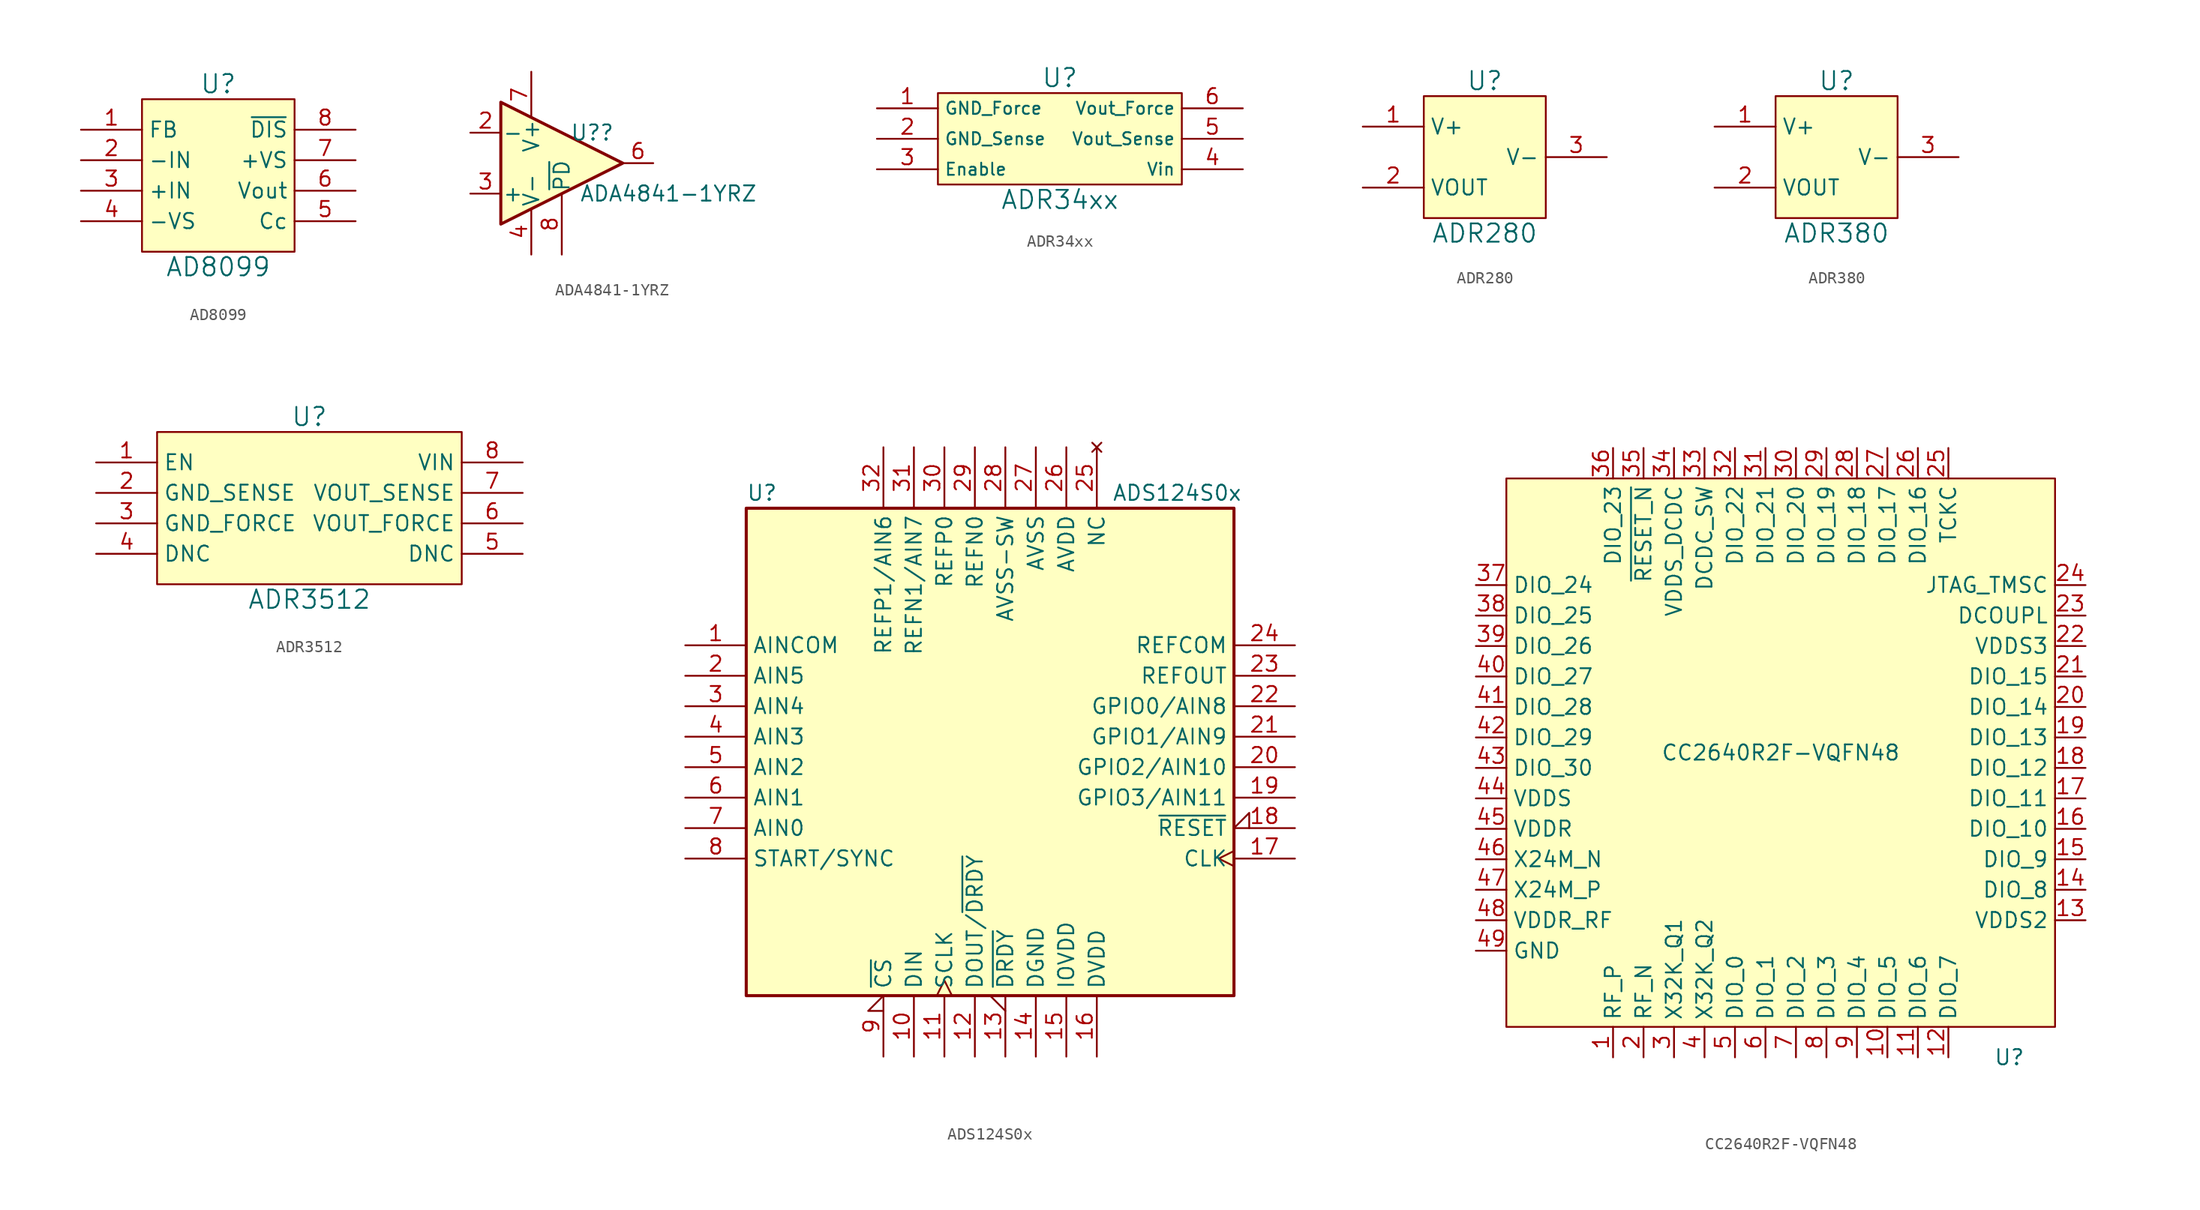
<source format=kicad_sym>
(kicad_symbol_lib
  (version 20231120)
  (generator "kicad_symbol_editor")
  (generator_version "8.0")
  (symbol "AD8099"
    (property "Reference" "U"
      (at 0 7.62 0)
      (effects (font (size 1.524 1.524))))
    (property "Value" "AD8099"
      (at 0 -7.62 0)
      (effects (font (size 1.524 1.524))))
    (property "Footprint" ""
      (at 0 1.27 0)
      (effects (font (size 1.524 1.524))))
    (property "Datasheet" ""
      (at 0 1.27 0)
      (effects (font (size 1.524 1.524))))
    (symbol "AD8099_0_1"
      (rectangle (start -6.35 6.35) (end 6.35 -6.35) (stroke (width 0) (type default)) (fill (type background))))
    (symbol "AD8099_1_1"
      (pin input line (at -11.43 3.81 0) (length 5.08) (name "FB" (effects (font (size 1.27 1.27)))) (number "1" (effects (font (size 1.27 1.27)))))
      (pin input line (at -11.43 1.27 0) (length 5.08) (name "-IN" (effects (font (size 1.27 1.27)))) (number "2" (effects (font (size 1.27 1.27)))))
      (pin input line (at -11.43 -1.27 0) (length 5.08) (name "+IN" (effects (font (size 1.27 1.27)))) (number "3" (effects (font (size 1.27 1.27)))))
      (pin power_in line (at -11.43 -3.81 0) (length 5.08) (name "-VS" (effects (font (size 1.27 1.27)))) (number "4" (effects (font (size 1.27 1.27)))))
      (pin input line (at 11.43 -3.81 180) (length 5.08) (name "Cc" (effects (font (size 1.27 1.27)))) (number "5" (effects (font (size 1.27 1.27)))))
      (pin output line (at 11.43 -1.27 180) (length 5.08) (name "Vout" (effects (font (size 1.27 1.27)))) (number "6" (effects (font (size 1.27 1.27)))))
      (pin power_in line (at 11.43 1.27 180) (length 5.08) (name "+VS" (effects (font (size 1.27 1.27)))) (number "7" (effects (font (size 1.27 1.27)))))
      (pin input line (at 11.43 3.81 180) (length 5.08) (name "~{DIS}" (effects (font (size 1.27 1.27)))) (number "8" (effects (font (size 1.27 1.27)))))))
  (symbol "ADA4841-1YRZ"
    (pin_names
      (offset 0.127))
    (property "Reference" "U?"
      (at 2.54 2.54 0)
      (effects (font (size 1.27 1.27))))
    (property "Value" "ADA4841-1YRZ"
      (at 8.89 -2.54 0)
      (effects (font (size 1.27 1.27))))
    (symbol "ADA4841-1YRZ_1_1"
      (polyline (pts (xy -5.08 5.08) (xy 5.08 0) (xy -5.08 -5.08) (xy -5.08 5.08)) (stroke (width 0.254) (type default)) (fill (type background)))
      (pin no_connect line (at 10.16 -5.08 0) (length 2.54) hide (name "1" (effects (font (size 1.27 1.27)))) (number "1" (effects (font (size 1.27 1.27)))))
      (pin input line (at -7.62 2.54 0) (length 2.54) (name "-" (effects (font (size 1.27 1.27)))) (number "2" (effects (font (size 1.27 1.27)))))
      (pin input line (at -7.62 -2.54 0) (length 2.54) (name "+" (effects (font (size 1.27 1.27)))) (number "3" (effects (font (size 1.27 1.27)))))
      (pin power_in line (at -2.54 -7.62 90) (length 3.81) (name "V-" (effects (font (size 1.27 1.27)))) (number "4" (effects (font (size 1.27 1.27)))))
      (pin no_connect line (at 10.16 -7.62 0) (length 2.54) hide (name "5" (effects (font (size 1.27 1.27)))) (number "5" (effects (font (size 1.27 1.27)))))
      (pin output line (at 7.62 0 180) (length 2.54) (name "~" (effects (font (size 1.27 1.27)))) (number "6" (effects (font (size 1.27 1.27)))))
      (pin power_in line (at -2.54 7.62 270) (length 3.81) (name "V+" (effects (font (size 1.27 1.27)))) (number "7" (effects (font (size 1.27 1.27)))))
      (pin input line (at 0 -7.62 90) (length 5.08) (name "~{PD}" (effects (font (size 1.27 1.27)))) (number "8" (effects (font (size 1.27 1.27)))))))
  (symbol "ADR34xx"
    (property "Reference" "U"
      (at 0 5.08 0)
      (effects (font (size 1.524 1.524))))
    (property "Value" "ADR34xx"
      (at 0 -5.08 0)
      (effects (font (size 1.524 1.524))))
    (property "Footprint" ""
      (at 0 0 0)
      (effects (font (size 1.524 1.524))))
    (property "Datasheet" ""
      (at 0 0 0)
      (effects (font (size 1.524 1.524))))
    (symbol "ADR34xx_0_1"
      (rectangle (start -10.16 3.81) (end 10.16 -3.81) (stroke (width 0) (type default)) (fill (type background))))
    (symbol "ADR34xx_1_1"
      (pin input line (at -15.24 2.54 0) (length 5.08) (name "GND_Force" (effects (font (size 1.016 1.016)))) (number "1" (effects (font (size 1.27 1.27)))))
      (pin power_in line (at -15.24 0 0) (length 5.08) (name "GND_Sense" (effects (font (size 1.016 1.016)))) (number "2" (effects (font (size 1.27 1.27)))))
      (pin input line (at -15.24 -2.54 0) (length 5.08) (name "Enable" (effects (font (size 1.016 1.016)))) (number "3" (effects (font (size 1.27 1.27)))))
      (pin power_in line (at 15.24 -2.54 180) (length 5.08) (name "Vin" (effects (font (size 1.016 1.016)))) (number "4" (effects (font (size 1.27 1.27)))))
      (pin input line (at 15.24 0 180) (length 5.08) (name "Vout_Sense" (effects (font (size 1.016 1.016)))) (number "5" (effects (font (size 1.27 1.27)))))
      (pin output line (at 15.24 2.54 180) (length 5.08) (name "Vout_Force" (effects (font (size 1.016 1.016)))) (number "6" (effects (font (size 1.27 1.27)))))))
  (symbol "ADR280"
    (property "Reference" "U"
      (at 0 6.35 0)
      (effects (font (size 1.524 1.524))))
    (property "Value" "ADR280"
      (at 0 -6.35 0)
      (effects (font (size 1.524 1.524))))
    (property "Footprint" ""
      (at 0 0 0)
      (effects (font (size 1.524 1.524))))
    (property "Datasheet" ""
      (at 0 0 0)
      (effects (font (size 1.524 1.524))))
    (symbol "ADR280_0_1"
      (rectangle (start -5.08 5.08) (end 5.08 -5.08) (stroke (width 0) (type default)) (fill (type background))))
    (symbol "ADR280_1_1"
      (pin input line (at -10.16 2.54 0) (length 5.08) (name "V+" (effects (font (size 1.27 1.27)))) (number "1" (effects (font (size 1.27 1.27)))))
      (pin input line (at -10.16 -2.54 0) (length 5.08) (name "VOUT" (effects (font (size 1.27 1.27)))) (number "2" (effects (font (size 1.27 1.27)))))
      (pin input line (at 10.16 0 180) (length 5.08) (name "V-" (effects (font (size 1.27 1.27)))) (number "3" (effects (font (size 1.27 1.27)))))))
  (symbol "ADR380"
    (property "Reference" "U"
      (at 0 6.35 0)
      (effects (font (size 1.524 1.524))))
    (property "Value" "ADR380"
      (at 0 -6.35 0)
      (effects (font (size 1.524 1.524))))
    (property "Footprint" ""
      (at 0 0 0)
      (effects (font (size 1.524 1.524))))
    (property "Datasheet" ""
      (at 0 0 0)
      (effects (font (size 1.524 1.524))))
    (symbol "ADR380_0_1"
      (rectangle (start -5.08 5.08) (end 5.08 -5.08) (stroke (width 0) (type default)) (fill (type background))))
    (symbol "ADR380_1_1"
      (pin input line (at -10.16 2.54 0) (length 5.08) (name "V+" (effects (font (size 1.27 1.27)))) (number "1" (effects (font (size 1.27 1.27)))))
      (pin input line (at -10.16 -2.54 0) (length 5.08) (name "VOUT" (effects (font (size 1.27 1.27)))) (number "2" (effects (font (size 1.27 1.27)))))
      (pin input line (at 10.16 0 180) (length 5.08) (name "V-" (effects (font (size 1.27 1.27)))) (number "3" (effects (font (size 1.27 1.27)))))))
  (symbol "ADR3512"
    (property "Reference" "U"
      (at 0 7.62 0)
      (effects (font (size 1.524 1.524))))
    (property "Value" "ADR3512"
      (at 0 -7.62 0)
      (effects (font (size 1.524 1.524))))
    (symbol "ADR3512_0_1"
      (rectangle (start 12.7 -6.35) (end -12.7 6.35) (stroke (width 0) (type default)) (fill (type background))))
    (symbol "ADR3512_1_1"
      (pin input line (at -17.78 3.81 0) (length 5.08) (name "EN" (effects (font (size 1.27 1.27)))) (number "1" (effects (font (size 1.27 1.27)))))
      (pin input line (at -17.78 1.27 0) (length 5.08) (name "GND_SENSE" (effects (font (size 1.27 1.27)))) (number "2" (effects (font (size 1.27 1.27)))))
      (pin input line (at -17.78 -1.27 0) (length 5.08) (name "GND_FORCE" (effects (font (size 1.27 1.27)))) (number "3" (effects (font (size 1.27 1.27)))))
      (pin input line (at -17.78 -3.81 0) (length 5.08) (name "DNC" (effects (font (size 1.27 1.27)))) (number "4" (effects (font (size 1.27 1.27)))))
      (pin input line (at 17.78 -3.81 180) (length 5.08) (name "DNC" (effects (font (size 1.27 1.27)))) (number "5" (effects (font (size 1.27 1.27)))))
      (pin input line (at 17.78 -1.27 180) (length 5.08) (name "VOUT_FORCE" (effects (font (size 1.27 1.27)))) (number "6" (effects (font (size 1.27 1.27)))))
      (pin input line (at 17.78 1.27 180) (length 5.08) (name "VOUT_SENSE" (effects (font (size 1.27 1.27)))) (number "7" (effects (font (size 1.27 1.27)))))
      (pin input line (at 17.78 3.81 180) (length 5.08) (name "VIN" (effects (font (size 1.27 1.27)))) (number "8" (effects (font (size 1.27 1.27)))))))
  (symbol "ADS124S0x"
    (property "Reference" "U"
      (at -20.32 21.59 0)
      (effects (font (size 1.27 1.27)) (justify left)))
    (property "Value" "ADS124S0x"
      (at 10.16 21.59 0)
      (effects (font (size 1.27 1.27)) (justify left)))
    (symbol "ADS124S0x_0_1"
      (rectangle (start -20.32 20.32) (end 20.32 -20.32) (stroke (width 0.254) (type default)) (fill (type background))))
    (symbol "ADS124S0x_1_1"
      (pin input line (at -25.4 8.89 0) (length 5.08) (name "AINCOM" (effects (font (size 1.27 1.27)))) (number "1" (effects (font (size 1.27 1.27)))))
      (pin input line (at -6.35 -25.4 90) (length 5.08) (name "DIN" (effects (font (size 1.27 1.27)))) (number "10" (effects (font (size 1.27 1.27)))))
      (pin input clock (at -3.81 -25.4 90) (length 5.08) (name "SCLK" (effects (font (size 1.27 1.27)))) (number "11" (effects (font (size 1.27 1.27)))))
      (pin output line (at -1.27 -25.4 90) (length 5.08) (name "DOUT/~{DRDY}" (effects (font (size 1.27 1.27)))) (number "12" (effects (font (size 1.27 1.27)))))
      (pin output output_low (at 1.27 -25.4 90) (length 5.08) (name "~{DRDY}" (effects (font (size 1.27 1.27)))) (number "13" (effects (font (size 1.27 1.27)))))
      (pin power_in line (at 3.81 -25.4 90) (length 5.08) (name "DGND" (effects (font (size 1.27 1.27)))) (number "14" (effects (font (size 1.27 1.27)))))
      (pin power_in line (at 6.35 -25.4 90) (length 5.08) (name "IOVDD" (effects (font (size 1.27 1.27)))) (number "15" (effects (font (size 1.27 1.27)))))
      (pin power_in line (at 8.89 -25.4 90) (length 5.08) (name "DVDD" (effects (font (size 1.27 1.27)))) (number "16" (effects (font (size 1.27 1.27)))))
      (pin input clock (at 25.4 -8.89 180) (length 5.08) (name "CLK" (effects (font (size 1.27 1.27)))) (number "17" (effects (font (size 1.27 1.27)))))
      (pin input input_low (at 25.4 -6.35 180) (length 5.08) (name "~{RESET}" (effects (font (size 1.27 1.27)))) (number "18" (effects (font (size 1.27 1.27)))))
      (pin bidirectional line (at 25.4 -3.81 180) (length 5.08) (name "GPIO3/AIN11" (effects (font (size 1.27 1.27)))) (number "19" (effects (font (size 1.27 1.27)))))
      (pin input line (at -25.4 6.35 0) (length 5.08) (name "AIN5" (effects (font (size 1.27 1.27)))) (number "2" (effects (font (size 1.27 1.27)))))
      (pin bidirectional line (at 25.4 -1.27 180) (length 5.08) (name "GPIO2/AIN10" (effects (font (size 1.27 1.27)))) (number "20" (effects (font (size 1.27 1.27)))))
      (pin bidirectional line (at 25.4 1.27 180) (length 5.08) (name "GPIO1/AIN9" (effects (font (size 1.27 1.27)))) (number "21" (effects (font (size 1.27 1.27)))))
      (pin bidirectional line (at 25.4 3.81 180) (length 5.08) (name "GPIO0/AIN8" (effects (font (size 1.27 1.27)))) (number "22" (effects (font (size 1.27 1.27)))))
      (pin output line (at 25.4 6.35 180) (length 5.08) (name "REFOUT" (effects (font (size 1.27 1.27)))) (number "23" (effects (font (size 1.27 1.27)))))
      (pin input line (at 25.4 8.89 180) (length 5.08) (name "REFCOM" (effects (font (size 1.27 1.27)))) (number "24" (effects (font (size 1.27 1.27)))))
      (pin no_connect line (at 8.89 25.4 270) (length 5.08) (name "NC" (effects (font (size 1.27 1.27)))) (number "25" (effects (font (size 1.27 1.27)))))
      (pin power_in line (at 6.35 25.4 270) (length 5.08) (name "AVDD" (effects (font (size 1.27 1.27)))) (number "26" (effects (font (size 1.27 1.27)))))
      (pin power_in line (at 3.81 25.4 270) (length 5.08) (name "AVSS" (effects (font (size 1.27 1.27)))) (number "27" (effects (font (size 1.27 1.27)))))
      (pin power_in line (at 1.27 25.4 270) (length 5.08) (name "AVSS-SW" (effects (font (size 1.27 1.27)))) (number "28" (effects (font (size 1.27 1.27)))))
      (pin input line (at -1.27 25.4 270) (length 5.08) (name "REFN0" (effects (font (size 1.27 1.27)))) (number "29" (effects (font (size 1.27 1.27)))))
      (pin input line (at -25.4 3.81 0) (length 5.08) (name "AIN4" (effects (font (size 1.27 1.27)))) (number "3" (effects (font (size 1.27 1.27)))))
      (pin input line (at -3.81 25.4 270) (length 5.08) (name "REFP0" (effects (font (size 1.27 1.27)))) (number "30" (effects (font (size 1.27 1.27)))))
      (pin input line (at -6.35 25.4 270) (length 5.08) (name "REFN1/AIN7" (effects (font (size 1.27 1.27)))) (number "31" (effects (font (size 1.27 1.27)))))
      (pin input line (at -8.89 25.4 270) (length 5.08) (name "REFP1/AIN6" (effects (font (size 1.27 1.27)))) (number "32" (effects (font (size 1.27 1.27)))))
      (pin input line (at -25.4 1.27 0) (length 5.08) (name "AIN3" (effects (font (size 1.27 1.27)))) (number "4" (effects (font (size 1.27 1.27)))))
      (pin input line (at -25.4 -1.27 0) (length 5.08) (name "AIN2" (effects (font (size 1.27 1.27)))) (number "5" (effects (font (size 1.27 1.27)))))
      (pin input line (at -25.4 -3.81 0) (length 5.08) (name "AIN1" (effects (font (size 1.27 1.27)))) (number "6" (effects (font (size 1.27 1.27)))))
      (pin input line (at -25.4 -6.35 0) (length 5.08) (name "AIN0" (effects (font (size 1.27 1.27)))) (number "7" (effects (font (size 1.27 1.27)))))
      (pin input line (at -25.4 -8.89 0) (length 5.08) (name "START/SYNC" (effects (font (size 1.27 1.27)))) (number "8" (effects (font (size 1.27 1.27)))))
      (pin input input_low (at -8.89 -25.4 90) (length 5.08) (name "~{CS}" (effects (font (size 1.27 1.27)))) (number "9" (effects (font (size 1.27 1.27)))))))
  (symbol "CC2640R2F-VQFN48"
    (property "Reference" "U"
      (at 19.05 -25.4 0)
      (effects (font (size 1.27 1.27))))
    (property "Value" "CC2640R2F-VQFN48"
      (at 0 0 0)
      (effects (font (size 1.27 1.27))))
    (symbol "CC2640R2F-VQFN48_0_1"
      (rectangle (start -22.86 22.86) (end 22.86 -22.86) (stroke (width 0) (type default)) (fill (type background))))
    (symbol "CC2640R2F-VQFN48_1_1"
      (pin passive line (at -13.97 -25.4 90) (length 2.54) (name "RF_P" (effects (font (size 1.27 1.27)))) (number "1" (effects (font (size 1.27 1.27)))))
      (pin bidirectional line (at 8.89 -25.4 90) (length 2.54) (name "DIO_5" (effects (font (size 1.27 1.27)))) (number "10" (effects (font (size 1.27 1.27)))))
      (pin bidirectional line (at 11.43 -25.4 90) (length 2.54) (name "DIO_6" (effects (font (size 1.27 1.27)))) (number "11" (effects (font (size 1.27 1.27)))))
      (pin bidirectional line (at 13.97 -25.4 90) (length 2.54) (name "DIO_7" (effects (font (size 1.27 1.27)))) (number "12" (effects (font (size 1.27 1.27)))))
      (pin power_in line (at 25.4 -13.97 180) (length 2.54) (name "VDDS2" (effects (font (size 1.27 1.27)))) (number "13" (effects (font (size 1.27 1.27)))))
      (pin bidirectional line (at 25.4 -11.43 180) (length 2.54) (name "DIO_8" (effects (font (size 1.27 1.27)))) (number "14" (effects (font (size 1.27 1.27)))))
      (pin bidirectional line (at 25.4 -8.89 180) (length 2.54) (name "DIO_9" (effects (font (size 1.27 1.27)))) (number "15" (effects (font (size 1.27 1.27)))))
      (pin bidirectional line (at 25.4 -6.35 180) (length 2.54) (name "DIO_10" (effects (font (size 1.27 1.27)))) (number "16" (effects (font (size 1.27 1.27)))))
      (pin bidirectional line (at 25.4 -3.81 180) (length 2.54) (name "DIO_11" (effects (font (size 1.27 1.27)))) (number "17" (effects (font (size 1.27 1.27)))))
      (pin bidirectional line (at 25.4 -1.27 180) (length 2.54) (name "DIO_12" (effects (font (size 1.27 1.27)))) (number "18" (effects (font (size 1.27 1.27)))))
      (pin bidirectional line (at 25.4 1.27 180) (length 2.54) (name "DIO_13" (effects (font (size 1.27 1.27)))) (number "19" (effects (font (size 1.27 1.27)))))
      (pin passive line (at -11.43 -25.4 90) (length 2.54) (name "RF_N" (effects (font (size 1.27 1.27)))) (number "2" (effects (font (size 1.27 1.27)))))
      (pin bidirectional line (at 25.4 3.81 180) (length 2.54) (name "DIO_14" (effects (font (size 1.27 1.27)))) (number "20" (effects (font (size 1.27 1.27)))))
      (pin bidirectional line (at 25.4 6.35 180) (length 2.54) (name "DIO_15" (effects (font (size 1.27 1.27)))) (number "21" (effects (font (size 1.27 1.27)))))
      (pin power_in line (at 25.4 8.89 180) (length 2.54) (name "VDDS3" (effects (font (size 1.27 1.27)))) (number "22" (effects (font (size 1.27 1.27)))))
      (pin power_out line (at 25.4 11.43 180) (length 2.54) (name "DCOUPL" (effects (font (size 1.27 1.27)))) (number "23" (effects (font (size 1.27 1.27)))))
      (pin input line (at 25.4 13.97 180) (length 2.54) (name "JTAG_TMSC" (effects (font (size 1.27 1.27)))) (number "24" (effects (font (size 1.27 1.27)))))
      (pin input line (at 13.97 25.4 270) (length 2.54) (name "TCKC" (effects (font (size 1.27 1.27)))) (number "25" (effects (font (size 1.27 1.27)))))
      (pin bidirectional line (at 11.43 25.4 270) (length 2.54) (name "DIO_16" (effects (font (size 1.27 1.27)))) (number "26" (effects (font (size 1.27 1.27)))))
      (pin bidirectional line (at 8.89 25.4 270) (length 2.54) (name "DIO_17" (effects (font (size 1.27 1.27)))) (number "27" (effects (font (size 1.27 1.27)))))
      (pin bidirectional line (at 6.35 25.4 270) (length 2.54) (name "DIO_18" (effects (font (size 1.27 1.27)))) (number "28" (effects (font (size 1.27 1.27)))))
      (pin bidirectional line (at 3.81 25.4 270) (length 2.54) (name "DIO_19" (effects (font (size 1.27 1.27)))) (number "29" (effects (font (size 1.27 1.27)))))
      (pin passive line (at -8.89 -25.4 90) (length 2.54) (name "X32K_Q1" (effects (font (size 1.27 1.27)))) (number "3" (effects (font (size 1.27 1.27)))))
      (pin bidirectional line (at 1.27 25.4 270) (length 2.54) (name "DIO_20" (effects (font (size 1.27 1.27)))) (number "30" (effects (font (size 1.27 1.27)))))
      (pin bidirectional line (at -1.27 25.4 270) (length 2.54) (name "DIO_21" (effects (font (size 1.27 1.27)))) (number "31" (effects (font (size 1.27 1.27)))))
      (pin bidirectional line (at -3.81 25.4 270) (length 2.54) (name "DIO_22" (effects (font (size 1.27 1.27)))) (number "32" (effects (font (size 1.27 1.27)))))
      (pin power_out line (at -6.35 25.4 270) (length 2.54) (name "DCDC_SW" (effects (font (size 1.27 1.27)))) (number "33" (effects (font (size 1.27 1.27)))))
      (pin power_in line (at -8.89 25.4 270) (length 2.54) (name "VDDS_DCDC" (effects (font (size 1.27 1.27)))) (number "34" (effects (font (size 1.27 1.27)))))
      (pin input line (at -11.43 25.4 270) (length 2.54) (name "~{RESET_N}" (effects (font (size 1.27 1.27)))) (number "35" (effects (font (size 1.27 1.27)))))
      (pin bidirectional line (at -13.97 25.4 270) (length 2.54) (name "DIO_23" (effects (font (size 1.27 1.27)))) (number "36" (effects (font (size 1.27 1.27)))))
      (pin bidirectional line (at -25.4 13.97 0) (length 2.54) (name "DIO_24" (effects (font (size 1.27 1.27)))) (number "37" (effects (font (size 1.27 1.27)))))
      (pin bidirectional line (at -25.4 11.43 0) (length 2.54) (name "DIO_25" (effects (font (size 1.27 1.27)))) (number "38" (effects (font (size 1.27 1.27)))))
      (pin bidirectional line (at -25.4 8.89 0) (length 2.54) (name "DIO_26" (effects (font (size 1.27 1.27)))) (number "39" (effects (font (size 1.27 1.27)))))
      (pin passive line (at -6.35 -25.4 90) (length 2.54) (name "X32K_Q2" (effects (font (size 1.27 1.27)))) (number "4" (effects (font (size 1.27 1.27)))))
      (pin bidirectional line (at -25.4 6.35 0) (length 2.54) (name "DIO_27" (effects (font (size 1.27 1.27)))) (number "40" (effects (font (size 1.27 1.27)))))
      (pin bidirectional line (at -25.4 3.81 0) (length 2.54) (name "DIO_28" (effects (font (size 1.27 1.27)))) (number "41" (effects (font (size 1.27 1.27)))))
      (pin bidirectional line (at -25.4 1.27 0) (length 2.54) (name "DIO_29" (effects (font (size 1.27 1.27)))) (number "42" (effects (font (size 1.27 1.27)))))
      (pin bidirectional line (at -25.4 -1.27 0) (length 2.54) (name "DIO_30" (effects (font (size 1.27 1.27)))) (number "43" (effects (font (size 1.27 1.27)))))
      (pin power_in line (at -25.4 -3.81 0) (length 2.54) (name "VDDS" (effects (font (size 1.27 1.27)))) (number "44" (effects (font (size 1.27 1.27)))))
      (pin power_in line (at -25.4 -6.35 0) (length 2.54) (name "VDDR" (effects (font (size 1.27 1.27)))) (number "45" (effects (font (size 1.27 1.27)))))
      (pin passive line (at -25.4 -8.89 0) (length 2.54) (name "X24M_N" (effects (font (size 1.27 1.27)))) (number "46" (effects (font (size 1.27 1.27)))))
      (pin passive line (at -25.4 -11.43 0) (length 2.54) (name "X24M_P" (effects (font (size 1.27 1.27)))) (number "47" (effects (font (size 1.27 1.27)))))
      (pin power_in line (at -25.4 -13.97 0) (length 2.54) (name "VDDR_RF" (effects (font (size 1.27 1.27)))) (number "48" (effects (font (size 1.27 1.27)))))
      (pin power_in line (at -25.4 -16.51 0) (length 2.54) (name "GND" (effects (font (size 1.27 1.27)))) (number "49" (effects (font (size 1.27 1.27)))))
      (pin bidirectional line (at -3.81 -25.4 90) (length 2.54) (name "DIO_0" (effects (font (size 1.27 1.27)))) (number "5" (effects (font (size 1.27 1.27)))))
      (pin bidirectional line (at -1.27 -25.4 90) (length 2.54) (name "DIO_1" (effects (font (size 1.27 1.27)))) (number "6" (effects (font (size 1.27 1.27)))))
      (pin bidirectional line (at 1.27 -25.4 90) (length 2.54) (name "DIO_2" (effects (font (size 1.27 1.27)))) (number "7" (effects (font (size 1.27 1.27)))))
      (pin bidirectional line (at 3.81 -25.4 90) (length 2.54) (name "DIO_3" (effects (font (size 1.27 1.27)))) (number "8" (effects (font (size 1.27 1.27)))))
      (pin bidirectional line (at 6.35 -25.4 90) (length 2.54) (name "DIO_4" (effects (font (size 1.27 1.27)))) (number "9" (effects (font (size 1.27 1.27))))))))
</source>
